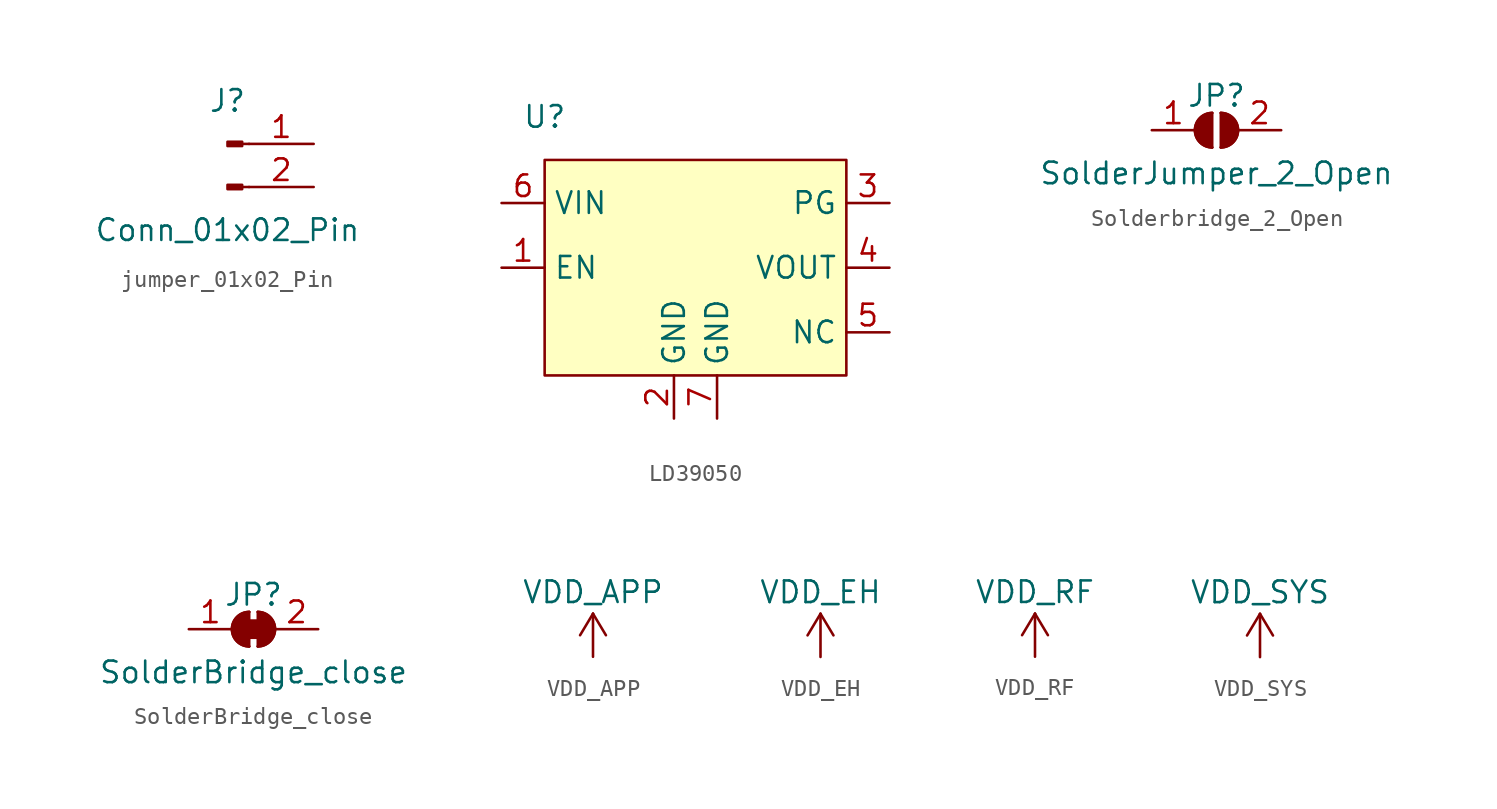
<source format=kicad_sym>
(kicad_symbol_lib
  (version 20220914)
  (generator kicad_symbol_editor)
  (symbol "jumper_01x02_Pin"
    (pin_names
      (offset 1.016) hide)
    (property "Reference" "J"
      (at 0 2.54 0)
      (effects (font (size 1.27 1.27))))
    (property "Value" "Conn_01x02_Pin"
      (at 0 -5.08 0)
      (effects (font (size 1.27 1.27))))
    (symbol "jumper_01x02_Pin_1_1"
      (polyline (pts (xy 1.27 -2.54) (xy 0.864 -2.54)) (stroke (width 0.152) (type default)) (fill (type none)))
      (polyline (pts (xy 1.27 0) (xy 0.864 0)) (stroke (width 0.152) (type default)) (fill (type none)))
      (rectangle (start 0.864 -2.413) (end 0 -2.667) (stroke (width 0.152) (type default)) (fill (type outline)))
      (rectangle (start 0.864 0.127) (end 0 -0.127) (stroke (width 0.152) (type default)) (fill (type outline)))
      (pin passive line (at 5.08 0 180) (length 3.81) (name "Pin_1" (effects (font (size 1.27 1.27)))) (number "1" (effects (font (size 1.27 1.27)))))
      (pin passive line (at 5.08 -2.54 180) (length 3.81) (name "Pin_2" (effects (font (size 1.27 1.27)))) (number "2" (effects (font (size 1.27 1.27)))))))
  (symbol "LD39050"
    (property "Reference" "U"
      (at -8.89 8.89 0)
      (effects (font (size 1.27 1.27))))
    (property "Value" ""
      (at -5.08 6.35 0)
      (effects (font (size 1.27 1.27))))
    (symbol "LD39050_0_0"
      (pin bidirectional line (at -11.43 0 0) (length 2.54) (name "EN" (effects (font (size 1.27 1.27)))) (number "1" (effects (font (size 1.27 1.27)))))
      (pin power_in line (at -1.27 -8.89 90) (length 2.54) (name "GND" (effects (font (size 1.27 1.27)))) (number "2" (effects (font (size 1.27 1.27)))))
      (pin bidirectional line (at 11.43 3.81 180) (length 2.54) (name "PG" (effects (font (size 1.27 1.27)))) (number "3" (effects (font (size 1.27 1.27)))))
      (pin bidirectional line (at 11.43 0 180) (length 2.54) (name "VOUT" (effects (font (size 1.27 1.27)))) (number "4" (effects (font (size 1.27 1.27)))))
      (pin free line (at 11.43 -3.81 180) (length 2.54) (name "NC" (effects (font (size 1.27 1.27)))) (number "5" (effects (font (size 1.27 1.27)))))
      (pin power_in line (at -11.43 3.81 0) (length 2.54) (name "VIN" (effects (font (size 1.27 1.27)))) (number "6" (effects (font (size 1.27 1.27))))))
    (symbol "LD39050_1_1"
      (rectangle (start -8.89 6.35) (end 8.89 -6.35) (stroke (width 0) (type default)) (fill (type background)))
      (pin power_out line (at 1.27 -8.89 90) (length 2.54) (name "GND" (effects (font (size 1.27 1.27)))) (number "7" (effects (font (size 1.27 1.27)))))))
  (symbol "Solderbridge_2_Open"
    (pin_names
      (offset 0) hide)
    (property "Reference" "JP"
      (at 0 2.032 0)
      (effects (font (size 1.27 1.27))))
    (property "Value" "SolderJumper_2_Open"
      (at 0 -2.54 0)
      (effects (font (size 1.27 1.27))))
    (symbol "Solderbridge_2_Open_0_1"
      (arc (start -0.254 1.016) (mid -1.2656 0) (end -0.254 -1.016) (stroke (width 0) (type default)) (fill (type none)))
      (arc (start -0.254 1.016) (mid -1.2656 0) (end -0.254 -1.016) (stroke (width 0) (type default)) (fill (type outline)))
      (polyline (pts (xy -0.254 1.016) (xy -0.254 -1.016)) (stroke (width 0) (type default)) (fill (type none)))
      (polyline (pts (xy 0.254 1.016) (xy 0.254 -1.016)) (stroke (width 0) (type default)) (fill (type none)))
      (arc (start 0.254 -1.016) (mid 1.2656 0) (end 0.254 1.016) (stroke (width 0) (type default)) (fill (type none)))
      (arc (start 0.254 -1.016) (mid 1.2656 0) (end 0.254 1.016) (stroke (width 0) (type default)) (fill (type outline))))
    (symbol "Solderbridge_2_Open_1_1"
      (pin passive line (at -3.81 0 0) (length 2.54) (name "A" (effects (font (size 1.27 1.27)))) (number "1" (effects (font (size 1.27 1.27)))))
      (pin passive line (at 3.81 0 180) (length 2.54) (name "B" (effects (font (size 1.27 1.27)))) (number "2" (effects (font (size 1.27 1.27)))))))
  (symbol "SolderBridge_close"
    (pin_names
      (offset 0) hide)
    (property "Reference" "JP"
      (at 0 2.032 0)
      (effects (font (size 1.27 1.27))))
    (property "Value" "SolderBridge_close"
      (at 0 -2.54 0)
      (effects (font (size 1.27 1.27))))
    (symbol "SolderBridge_close_0_1"
      (rectangle (start -0.508 0.508) (end 0.508 -0.508) (stroke (width 0) (type default)) (fill (type outline)))
      (arc (start -0.254 1.016) (mid -1.2656 0) (end -0.254 -1.016) (stroke (width 0) (type default)) (fill (type none)))
      (arc (start -0.254 1.016) (mid -1.2656 0) (end -0.254 -1.016) (stroke (width 0) (type default)) (fill (type outline)))
      (polyline (pts (xy -0.254 1.016) (xy -0.254 -1.016)) (stroke (width 0) (type default)) (fill (type none)))
      (polyline (pts (xy 0.254 1.016) (xy 0.254 -1.016)) (stroke (width 0) (type default)) (fill (type none)))
      (arc (start 0.254 -1.016) (mid 1.2656 0) (end 0.254 1.016) (stroke (width 0) (type default)) (fill (type none)))
      (arc (start 0.254 -1.016) (mid 1.2656 0) (end 0.254 1.016) (stroke (width 0) (type default)) (fill (type outline))))
    (symbol "SolderBridge_close_1_1"
      (pin passive line (at -3.81 0 0) (length 2.54) (name "A" (effects (font (size 1.27 1.27)))) (number "1" (effects (font (size 1.27 1.27)))))
      (pin passive line (at 3.81 0 180) (length 2.54) (name "B" (effects (font (size 1.27 1.27)))) (number "2" (effects (font (size 1.27 1.27)))))))
  (symbol "VDD_APP"
    (power)
    (pin_names
      (offset 0))
    (property "Reference" "#PWR"
      (at 0 -3.81 0)
      (effects (font (size 1.27 1.27)) hide))
    (property "Value" "VDD_APP"
      (at 0 3.81 0)
      (effects (font (size 1.27 1.27))))
    (symbol "VDD_APP_0_1"
      (polyline (pts (xy -0.762 1.27) (xy 0 2.54)) (stroke (width 0) (type default)) (fill (type none)))
      (polyline (pts (xy 0 0) (xy 0 2.54)) (stroke (width 0) (type default)) (fill (type none)))
      (polyline (pts (xy 0 2.54) (xy 0.762 1.27)) (stroke (width 0) (type default)) (fill (type none))))
    (symbol "VDD_APP_1_1"
      (pin power_in line (at 0 0 90) (length 0) hide (name "VDD" (effects (font (size 1.27 1.27)))) (number "1" (effects (font (size 1.27 1.27)))))))
  (symbol "VDD_EH"
    (power)
    (pin_names
      (offset 0))
    (property "Reference" "#PWR"
      (at 0 -3.81 0)
      (effects (font (size 1.27 1.27)) hide))
    (property "Value" "VDD_EH"
      (at 0 3.81 0)
      (effects (font (size 1.27 1.27))))
    (symbol "VDD_EH_0_1"
      (polyline (pts (xy -0.762 1.27) (xy 0 2.54)) (stroke (width 0) (type default)) (fill (type none)))
      (polyline (pts (xy 0 0) (xy 0 2.54)) (stroke (width 0) (type default)) (fill (type none)))
      (polyline (pts (xy 0 2.54) (xy 0.762 1.27)) (stroke (width 0) (type default)) (fill (type none))))
    (symbol "VDD_EH_1_1"
      (pin power_in line (at 0 0 90) (length 0) hide (name "VDD" (effects (font (size 1.27 1.27)))) (number "1" (effects (font (size 1.27 1.27)))))))
  (symbol "VDD_RF"
    (power)
    (pin_names
      (offset 0))
    (property "Reference" "#PWR"
      (at 0 -3.81 0)
      (effects (font (size 1.27 1.27)) hide))
    (property "Value" "VDD_RF"
      (at 0 3.81 0)
      (effects (font (size 1.27 1.27))))
    (symbol "VDD_RF_0_1"
      (polyline (pts (xy -0.762 1.27) (xy 0 2.54)) (stroke (width 0) (type default)) (fill (type none)))
      (polyline (pts (xy 0 0) (xy 0 2.54)) (stroke (width 0) (type default)) (fill (type none)))
      (polyline (pts (xy 0 2.54) (xy 0.762 1.27)) (stroke (width 0) (type default)) (fill (type none))))
    (symbol "VDD_RF_1_1"
      (pin power_in line (at 0 0 90) (length 0) hide (name "VDD" (effects (font (size 1.27 1.27)))) (number "1" (effects (font (size 1.27 1.27)))))))
  (symbol "VDD_SYS"
    (power)
    (pin_names
      (offset 0))
    (property "Reference" "#PWR"
      (at 0 -3.81 0)
      (effects (font (size 1.27 1.27)) hide))
    (property "Value" "VDD_SYS"
      (at 0 3.81 0)
      (effects (font (size 1.27 1.27))))
    (symbol "VDD_SYS_0_1"
      (polyline (pts (xy -0.762 1.27) (xy 0 2.54)) (stroke (width 0) (type default)) (fill (type none)))
      (polyline (pts (xy 0 0) (xy 0 2.54)) (stroke (width 0) (type default)) (fill (type none)))
      (polyline (pts (xy 0 2.54) (xy 0.762 1.27)) (stroke (width 0) (type default)) (fill (type none))))
    (symbol "VDD_SYS_1_1"
      (pin power_in line (at 0 0 90) (length 0) hide (name "VDD" (effects (font (size 1.27 1.27)))) (number "1" (effects (font (size 1.27 1.27))))))))
</source>
